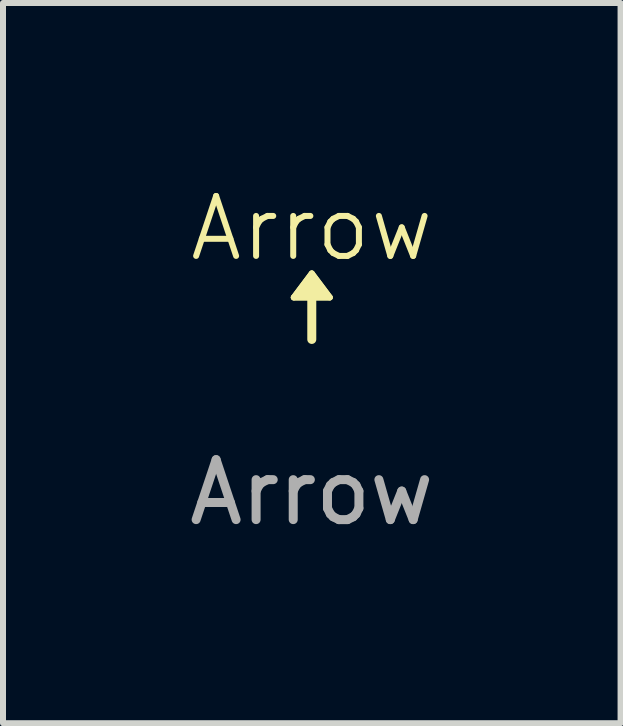
<source format=kicad_pcb>
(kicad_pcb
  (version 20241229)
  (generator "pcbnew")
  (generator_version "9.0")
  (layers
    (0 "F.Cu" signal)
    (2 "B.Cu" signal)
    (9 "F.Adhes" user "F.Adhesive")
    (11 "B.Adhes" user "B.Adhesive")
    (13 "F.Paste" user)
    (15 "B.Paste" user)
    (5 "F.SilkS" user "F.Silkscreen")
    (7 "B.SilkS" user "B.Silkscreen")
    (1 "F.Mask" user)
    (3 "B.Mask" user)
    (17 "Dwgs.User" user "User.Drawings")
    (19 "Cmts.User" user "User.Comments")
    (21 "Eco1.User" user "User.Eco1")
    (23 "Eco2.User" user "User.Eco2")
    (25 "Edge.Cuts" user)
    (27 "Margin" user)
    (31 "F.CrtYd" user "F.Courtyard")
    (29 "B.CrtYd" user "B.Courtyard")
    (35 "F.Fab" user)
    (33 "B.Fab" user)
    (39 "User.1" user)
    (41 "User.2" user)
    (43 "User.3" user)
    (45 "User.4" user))
  (footprint "Arrow"
    (layer "F.Cu")
    (at 2.149 2.66)
    (property "Reference" "Arrow" (at 0 -1.9 0) (unlocked yes) (layer "F.SilkS") (effects (font (size 1 1) (thickness 0.1))))
    (attr smd)
    (fp_line (start -0.3 -0.75) (end 0 -0.75) (stroke (width 0.1) (type default)) (layer "F.SilkS"))
    (fp_line (start 0 -1.15) (end -0.3 -0.75) (stroke (width 0.1) (type default)) (layer "F.SilkS"))
    (fp_line (start 0 -0.75) (end 0.3 -0.75) (stroke (width 0.1) (type default)) (layer "F.SilkS"))
    (fp_line (start 0 -0.05) (end 0 -0.75) (stroke (width 0.15) (type default)) (layer "F.SilkS"))
    (fp_line (start 0.3 -0.75) (end 0 -1.15) (stroke (width 0.1) (type default)) (layer "F.SilkS"))
    (fp_poly (pts (xy 0.3 -0.75) (xy 0 -1.15) (xy -0.3 -0.75)) (stroke (width 0.1) (type solid)) (fill yes) (layer "F.SilkS"))
    (fp_text user "${REFERENCE}" (at 0 2.5 0) (unlocked yes) (layer "F.Fab") (effects (font (size 1 1) (thickness 0.15)))))
  (gr_rect
    (start -3 -3)
    (end 7.298 9.009)
    (stroke (width 0.1) (type default))
    (fill no)
    (layer "Edge.Cuts")))
</source>
